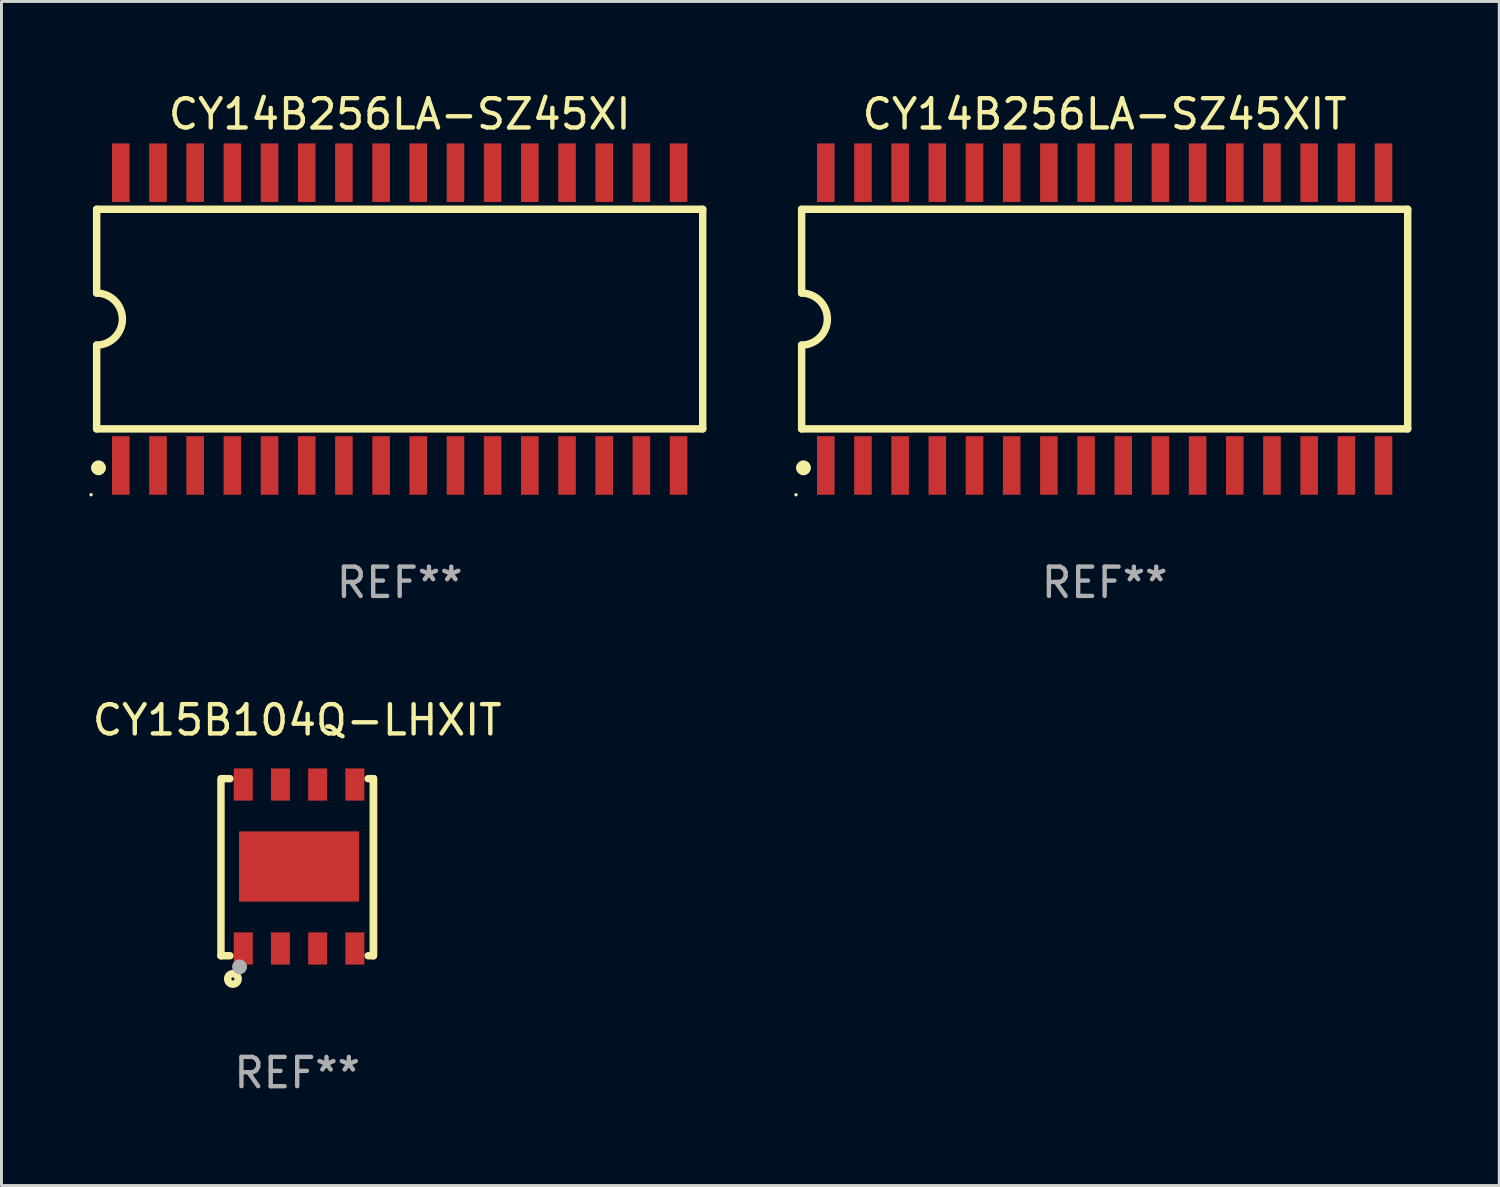
<source format=kicad_pcb>
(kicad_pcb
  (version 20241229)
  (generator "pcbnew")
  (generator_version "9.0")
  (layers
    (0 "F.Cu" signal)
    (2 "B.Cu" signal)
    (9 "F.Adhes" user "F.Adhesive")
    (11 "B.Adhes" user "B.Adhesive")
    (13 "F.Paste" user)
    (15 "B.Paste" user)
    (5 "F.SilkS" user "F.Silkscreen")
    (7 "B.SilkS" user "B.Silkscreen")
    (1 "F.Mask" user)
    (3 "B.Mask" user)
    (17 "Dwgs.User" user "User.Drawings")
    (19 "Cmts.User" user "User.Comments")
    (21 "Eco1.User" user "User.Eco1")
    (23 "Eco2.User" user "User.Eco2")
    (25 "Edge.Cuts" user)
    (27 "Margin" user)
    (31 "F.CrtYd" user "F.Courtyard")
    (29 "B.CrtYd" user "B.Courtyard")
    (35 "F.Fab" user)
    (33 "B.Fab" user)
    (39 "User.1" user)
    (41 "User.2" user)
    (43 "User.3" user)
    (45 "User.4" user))
  (footprint "CY14B256LA-SZ45XI"
    (layer "F.Cu")
    (at 10.601 7.848)
    (property "Reference" "CY14B256LA-SZ45XI" (at 0 -7 0) (layer "F.SilkS") (effects (font (size 1 1) (thickness 0.15))))
    (attr through_hole)
    (fp_line (start -10.35 -3.75) (end -10.35 -0.889) (stroke (width 0.254) (type solid)) (layer "F.SilkS"))
    (fp_line (start -10.35 -3.75) (end 10.35 -3.75) (stroke (width 0.254) (type solid)) (layer "F.SilkS"))
    (fp_line (start -10.35 3.75) (end -10.35 0.889) (stroke (width 0.254) (type solid)) (layer "F.SilkS"))
    (fp_line (start 10.35 -3.75) (end 10.35 3.75) (stroke (width 0.254) (type solid)) (layer "F.SilkS"))
    (fp_line (start 10.35 3.75) (end -10.35 3.75) (stroke (width 0.254) (type solid)) (layer "F.SilkS"))
    (fp_arc (start -10.350521 -0.888748) (mid -9.461646 -0.000127) (end -10.350013 0.889002) (stroke (width 0.254001) (type solid)) (layer "F.SilkS"))
    (fp_circle (center -10.541 6) (end -10.511 6) (stroke (width 0.06) (type solid)) (fill no) (layer "F.SilkS"))
    (fp_circle (center -10.287 5.08) (end -10.16 5.08) (stroke (width 0.254) (type solid)) (fill no) (layer "F.SilkS"))
    (fp_text user "REF**" (at 0 9 0) (layer "F.Fab") (effects (font (size 1 1) (thickness 0.15))))
    (pad "1" smd rect (at -9.525 5) (size 0.6 2) (layers "F.Cu" "F.Mask" "F.Paste"))
    (pad "2" smd rect (at -8.255 5) (size 0.6 2) (layers "F.Cu" "F.Mask" "F.Paste"))
    (pad "3" smd rect (at -6.985 5) (size 0.6 2) (layers "F.Cu" "F.Mask" "F.Paste"))
    (pad "4" smd rect (at -5.715 5) (size 0.6 2) (layers "F.Cu" "F.Mask" "F.Paste"))
    (pad "5" smd rect (at -4.445 5) (size 0.6 2) (layers "F.Cu" "F.Mask" "F.Paste"))
    (pad "6" smd rect (at -3.175 5) (size 0.6 2) (layers "F.Cu" "F.Mask" "F.Paste"))
    (pad "7" smd rect (at -1.905 5) (size 0.6 2) (layers "F.Cu" "F.Mask" "F.Paste"))
    (pad "8" smd rect (at -0.635 5) (size 0.6 2) (layers "F.Cu" "F.Mask" "F.Paste"))
    (pad "9" smd rect (at 0.635 5) (size 0.6 2) (layers "F.Cu" "F.Mask" "F.Paste"))
    (pad "10" smd rect (at 1.905 5) (size 0.6 2) (layers "F.Cu" "F.Mask" "F.Paste"))
    (pad "11" smd rect (at 3.175 5) (size 0.6 2) (layers "F.Cu" "F.Mask" "F.Paste"))
    (pad "12" smd rect (at 4.445 5) (size 0.6 2) (layers "F.Cu" "F.Mask" "F.Paste"))
    (pad "13" smd rect (at 5.715 5) (size 0.6 2) (layers "F.Cu" "F.Mask" "F.Paste"))
    (pad "14" smd rect (at 6.985 5) (size 0.6 2) (layers "F.Cu" "F.Mask" "F.Paste"))
    (pad "15" smd rect (at 8.255 5) (size 0.6 2) (layers "F.Cu" "F.Mask" "F.Paste"))
    (pad "16" smd rect (at 9.525 5) (size 0.6 2) (layers "F.Cu" "F.Mask" "F.Paste"))
    (pad "17" smd rect (at 9.525 -5) (size 0.6 2) (layers "F.Cu" "F.Mask" "F.Paste"))
    (pad "18" smd rect (at 8.255 -5) (size 0.6 2) (layers "F.Cu" "F.Mask" "F.Paste"))
    (pad "19" smd rect (at 6.985 -5) (size 0.6 2) (layers "F.Cu" "F.Mask" "F.Paste"))
    (pad "20" smd rect (at 5.715 -5) (size 0.6 2) (layers "F.Cu" "F.Mask" "F.Paste"))
    (pad "21" smd rect (at 4.445 -5) (size 0.6 2) (layers "F.Cu" "F.Mask" "F.Paste"))
    (pad "22" smd rect (at 3.175 -5) (size 0.6 2) (layers "F.Cu" "F.Mask" "F.Paste"))
    (pad "23" smd rect (at 1.905 -5) (size 0.6 2) (layers "F.Cu" "F.Mask" "F.Paste"))
    (pad "24" smd rect (at 0.635 -5) (size 0.6 2) (layers "F.Cu" "F.Mask" "F.Paste"))
    (pad "25" smd rect (at -0.635 -5) (size 0.6 2) (layers "F.Cu" "F.Mask" "F.Paste"))
    (pad "26" smd rect (at -1.905 -5) (size 0.6 2) (layers "F.Cu" "F.Mask" "F.Paste"))
    (pad "27" smd rect (at -3.175 -5) (size 0.6 2) (layers "F.Cu" "F.Mask" "F.Paste"))
    (pad "28" smd rect (at -4.445 -5) (size 0.6 2) (layers "F.Cu" "F.Mask" "F.Paste"))
    (pad "29" smd rect (at -5.715 -5) (size 0.6 2) (layers "F.Cu" "F.Mask" "F.Paste"))
    (pad "30" smd rect (at -6.985 -5) (size 0.6 2) (layers "F.Cu" "F.Mask" "F.Paste"))
    (pad "31" smd rect (at -8.255 -5) (size 0.6 2) (layers "F.Cu" "F.Mask" "F.Paste"))
    (pad "32" smd rect (at -9.525 -5) (size 0.6 2) (layers "F.Cu" "F.Mask" "F.Paste")))
  (footprint "CY15B104Q-LHXIT"
    (layer "F.Cu")
    (at 7.101 26.569)
    (property "Reference" "CY15B104Q-LHXIT" (at 0 -5.024 0) (layer "F.SilkS") (effects (font (size 1 1) (thickness 0.15))))
    (attr through_hole)
    (fp_line (start -2.604 -2.945) (end -2.604 3.024) (stroke (width 0.254) (type solid)) (layer "F.SilkS"))
    (fp_line (start -2.604 3.024) (end -2.298 3.024) (stroke (width 0.254) (type solid)) (layer "F.SilkS"))
    (fp_line (start -2.298 -3.024) (end -2.604 -3.024) (stroke (width 0.254) (type solid)) (layer "F.SilkS"))
    (fp_line (start 2.425 3.024) (end 2.604 3.024) (stroke (width 0.254) (type solid)) (layer "F.SilkS"))
    (fp_line (start 2.604 -3.024) (end 2.425 -3.024) (stroke (width 0.254) (type solid)) (layer "F.SilkS"))
    (fp_line (start 2.604 -3.024) (end 2.604 2.976) (stroke (width 0.254) (type solid)) (layer "F.SilkS"))
    (fp_line (start 2.604 3.024) (end 2.604 -3.024) (stroke (width 0.254) (type solid)) (layer "F.SilkS"))
    (fp_circle (center -2.437 2.976) (end -2.407 2.976) (stroke (width 0.06) (type solid)) (fill no) (layer "F.SilkS"))
    (fp_circle (center -2.196 3.816) (end -2.017 3.816) (stroke (width 0.254) (type solid)) (fill no) (layer "F.SilkS"))
    (fp_circle (center -1.969 3.405) (end -1.842 3.405) (stroke (width 0.254) (type solid)) (fill no) (layer "F.Fab"))
    (fp_text user "REF**" (at 0 7.024 0) (layer "F.Fab") (effects (font (size 1 1) (thickness 0.15))))
    (pad "1" smd rect (at -1.842 2.776) (size 0.65 1.1) (layers "F.Cu" "F.Mask" "F.Paste"))
    (pad "2" smd rect (at -0.572 2.776) (size 0.65 1.1) (layers "F.Cu" "F.Mask" "F.Paste"))
    (pad "3" smd rect (at 0.699 2.776) (size 0.65 1.1) (layers "F.Cu" "F.Mask" "F.Paste"))
    (pad "4" smd rect (at 1.969 2.776) (size 0.65 1.1) (layers "F.Cu" "F.Mask" "F.Paste"))
    (pad "5" smd rect (at 1.969 -2.824) (size 0.65 1.1) (layers "F.Cu" "F.Mask" "F.Paste"))
    (pad "6" smd rect (at 0.699 -2.824) (size 0.65 1.1) (layers "F.Cu" "F.Mask" "F.Paste"))
    (pad "7" smd rect (at -0.572 -2.824) (size 0.65 1.1) (layers "F.Cu" "F.Mask" "F.Paste"))
    (pad "8" smd rect (at -1.842 -2.824) (size 0.65 1.1) (layers "F.Cu" "F.Mask" "F.Paste"))
    (pad "9" smd rect (at 0.064 -0.024) (size 4.1 2.4) (layers "F.Cu" "F.Mask" "F.Paste")))
  (footprint "CY14B256LA-SZ45XIT"
    (layer "F.Cu")
    (at 34.679 7.848)
    (property "Reference" "CY14B256LA-SZ45XIT" (at 0 -7 0) (layer "F.SilkS") (effects (font (size 1 1) (thickness 0.15))))
    (attr through_hole)
    (fp_line (start -10.35 -3.75) (end -10.35 -0.889) (stroke (width 0.254) (type solid)) (layer "F.SilkS"))
    (fp_line (start -10.35 -3.75) (end 10.35 -3.75) (stroke (width 0.254) (type solid)) (layer "F.SilkS"))
    (fp_line (start -10.35 3.75) (end -10.35 0.889) (stroke (width 0.254) (type solid)) (layer "F.SilkS"))
    (fp_line (start 10.35 -3.75) (end 10.35 3.75) (stroke (width 0.254) (type solid)) (layer "F.SilkS"))
    (fp_line (start 10.35 3.75) (end -10.35 3.75) (stroke (width 0.254) (type solid)) (layer "F.SilkS"))
    (fp_arc (start -10.350521 -0.888748) (mid -9.461646 -0.000127) (end -10.350013 0.889002) (stroke (width 0.254001) (type solid)) (layer "F.SilkS"))
    (fp_circle (center -10.541 6) (end -10.511 6) (stroke (width 0.06) (type solid)) (fill no) (layer "F.SilkS"))
    (fp_circle (center -10.287 5.08) (end -10.16 5.08) (stroke (width 0.254) (type solid)) (fill no) (layer "F.SilkS"))
    (fp_text user "REF**" (at 0 9 0) (layer "F.Fab") (effects (font (size 1 1) (thickness 0.15))))
    (pad "1" smd rect (at -9.525 5) (size 0.6 2) (layers "F.Cu" "F.Mask" "F.Paste"))
    (pad "2" smd rect (at -8.255 5) (size 0.6 2) (layers "F.Cu" "F.Mask" "F.Paste"))
    (pad "3" smd rect (at -6.985 5) (size 0.6 2) (layers "F.Cu" "F.Mask" "F.Paste"))
    (pad "4" smd rect (at -5.715 5) (size 0.6 2) (layers "F.Cu" "F.Mask" "F.Paste"))
    (pad "5" smd rect (at -4.445 5) (size 0.6 2) (layers "F.Cu" "F.Mask" "F.Paste"))
    (pad "6" smd rect (at -3.175 5) (size 0.6 2) (layers "F.Cu" "F.Mask" "F.Paste"))
    (pad "7" smd rect (at -1.905 5) (size 0.6 2) (layers "F.Cu" "F.Mask" "F.Paste"))
    (pad "8" smd rect (at -0.635 5) (size 0.6 2) (layers "F.Cu" "F.Mask" "F.Paste"))
    (pad "9" smd rect (at 0.635 5) (size 0.6 2) (layers "F.Cu" "F.Mask" "F.Paste"))
    (pad "10" smd rect (at 1.905 5) (size 0.6 2) (layers "F.Cu" "F.Mask" "F.Paste"))
    (pad "11" smd rect (at 3.175 5) (size 0.6 2) (layers "F.Cu" "F.Mask" "F.Paste"))
    (pad "12" smd rect (at 4.445 5) (size 0.6 2) (layers "F.Cu" "F.Mask" "F.Paste"))
    (pad "13" smd rect (at 5.715 5) (size 0.6 2) (layers "F.Cu" "F.Mask" "F.Paste"))
    (pad "14" smd rect (at 6.985 5) (size 0.6 2) (layers "F.Cu" "F.Mask" "F.Paste"))
    (pad "15" smd rect (at 8.255 5) (size 0.6 2) (layers "F.Cu" "F.Mask" "F.Paste"))
    (pad "16" smd rect (at 9.525 5) (size 0.6 2) (layers "F.Cu" "F.Mask" "F.Paste"))
    (pad "17" smd rect (at 9.525 -5) (size 0.6 2) (layers "F.Cu" "F.Mask" "F.Paste"))
    (pad "18" smd rect (at 8.255 -5) (size 0.6 2) (layers "F.Cu" "F.Mask" "F.Paste"))
    (pad "19" smd rect (at 6.985 -5) (size 0.6 2) (layers "F.Cu" "F.Mask" "F.Paste"))
    (pad "20" smd rect (at 5.715 -5) (size 0.6 2) (layers "F.Cu" "F.Mask" "F.Paste"))
    (pad "21" smd rect (at 4.445 -5) (size 0.6 2) (layers "F.Cu" "F.Mask" "F.Paste"))
    (pad "22" smd rect (at 3.175 -5) (size 0.6 2) (layers "F.Cu" "F.Mask" "F.Paste"))
    (pad "23" smd rect (at 1.905 -5) (size 0.6 2) (layers "F.Cu" "F.Mask" "F.Paste"))
    (pad "24" smd rect (at 0.635 -5) (size 0.6 2) (layers "F.Cu" "F.Mask" "F.Paste"))
    (pad "25" smd rect (at -0.635 -5) (size 0.6 2) (layers "F.Cu" "F.Mask" "F.Paste"))
    (pad "26" smd rect (at -1.905 -5) (size 0.6 2) (layers "F.Cu" "F.Mask" "F.Paste"))
    (pad "27" smd rect (at -3.175 -5) (size 0.6 2) (layers "F.Cu" "F.Mask" "F.Paste"))
    (pad "28" smd rect (at -4.445 -5) (size 0.6 2) (layers "F.Cu" "F.Mask" "F.Paste"))
    (pad "29" smd rect (at -5.715 -5) (size 0.6 2) (layers "F.Cu" "F.Mask" "F.Paste"))
    (pad "30" smd rect (at -6.985 -5) (size 0.6 2) (layers "F.Cu" "F.Mask" "F.Paste"))
    (pad "31" smd rect (at -8.255 -5) (size 0.6 2) (layers "F.Cu" "F.Mask" "F.Paste"))
    (pad "32" smd rect (at -9.525 -5) (size 0.6 2) (layers "F.Cu" "F.Mask" "F.Paste")))
  (gr_rect
    (start -3 -3)
    (end 48.156 37.441)
    (stroke (width 0.1) (type default))
    (fill no)
    (layer "Edge.Cuts")))
</source>
